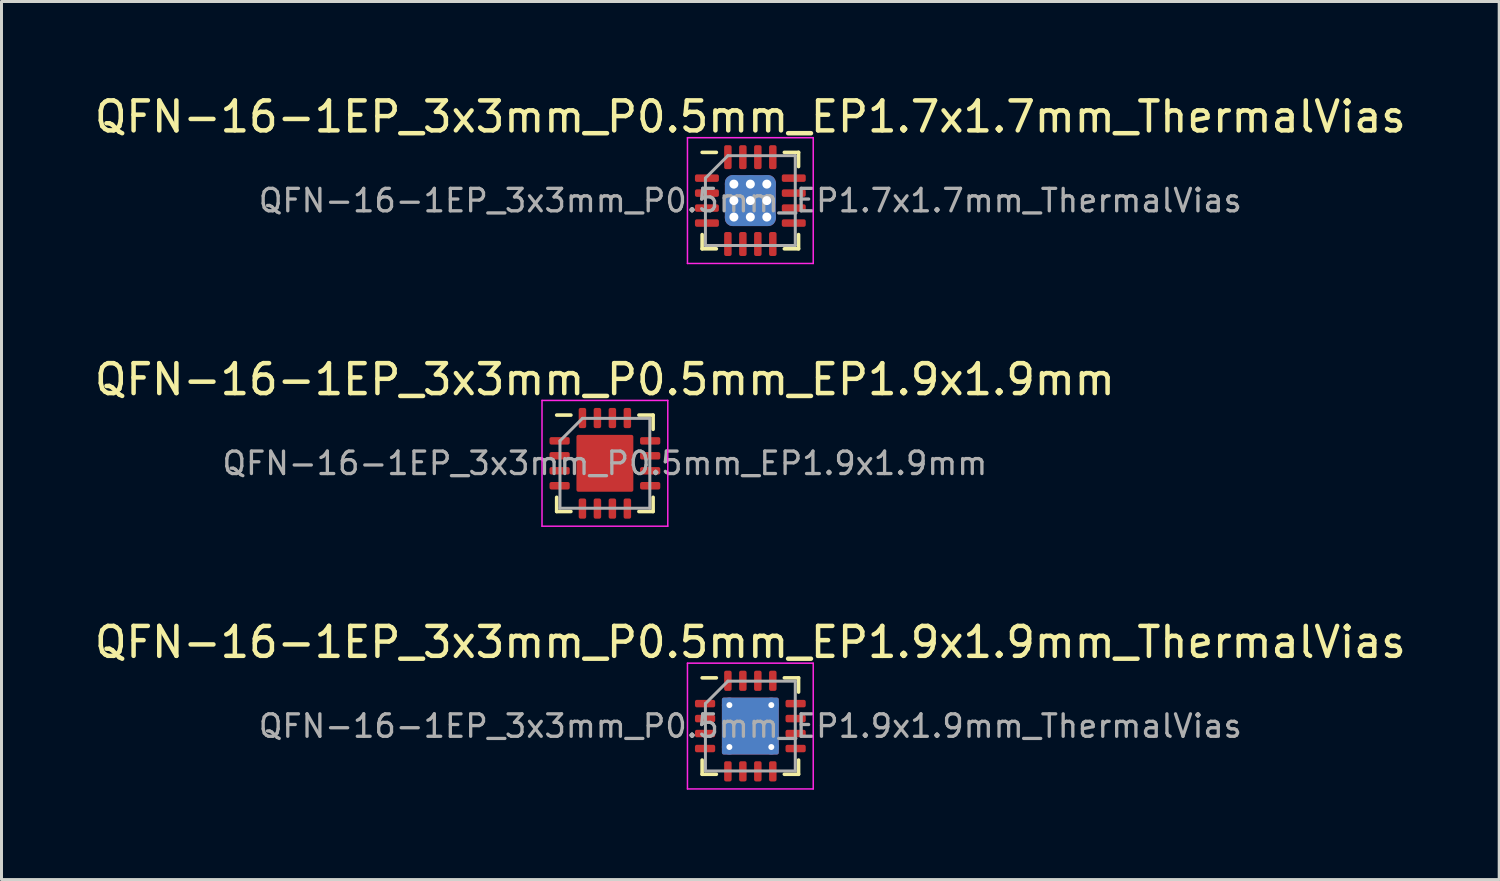
<source format=kicad_pcb>
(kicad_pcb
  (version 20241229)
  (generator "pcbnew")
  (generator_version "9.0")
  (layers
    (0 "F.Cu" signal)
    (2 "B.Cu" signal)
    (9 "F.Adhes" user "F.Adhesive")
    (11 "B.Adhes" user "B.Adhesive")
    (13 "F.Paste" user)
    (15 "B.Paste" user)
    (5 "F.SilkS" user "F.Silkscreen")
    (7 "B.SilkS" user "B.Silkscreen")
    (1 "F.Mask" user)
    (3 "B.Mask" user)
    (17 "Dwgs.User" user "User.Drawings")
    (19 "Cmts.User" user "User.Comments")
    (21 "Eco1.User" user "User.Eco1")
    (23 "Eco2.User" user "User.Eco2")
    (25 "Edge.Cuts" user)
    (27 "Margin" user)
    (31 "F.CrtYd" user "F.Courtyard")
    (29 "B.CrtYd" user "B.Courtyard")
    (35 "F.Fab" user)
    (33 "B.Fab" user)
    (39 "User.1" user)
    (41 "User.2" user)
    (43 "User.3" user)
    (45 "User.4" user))
  (footprint "QFN-16-1EP_3x3mm_P0.5mm_EP1.9x1.9mm"
    (layer "F.Cu")
    (at 17.149 12.421)
    (property "Reference" "QFN-16-1EP_3x3mm_P0.5mm_EP1.9x1.9mm" (at 0 -2.8 0) (layer "F.SilkS") (effects (font (size 1 1) (thickness 0.15))))
    (attr smd)
    (fp_line (start -1.61 1.61) (end -1.61 1.135) (stroke (width 0.12) (type solid)) (layer "F.SilkS"))
    (fp_line (start -1.135 -1.61) (end -1.61 -1.61) (stroke (width 0.12) (type solid)) (layer "F.SilkS"))
    (fp_line (start -1.135 1.61) (end -1.61 1.61) (stroke (width 0.12) (type solid)) (layer "F.SilkS"))
    (fp_line (start 1.135 -1.61) (end 1.61 -1.61) (stroke (width 0.12) (type solid)) (layer "F.SilkS"))
    (fp_line (start 1.135 1.61) (end 1.61 1.61) (stroke (width 0.12) (type solid)) (layer "F.SilkS"))
    (fp_line (start 1.61 -1.61) (end 1.61 -1.135) (stroke (width 0.12) (type solid)) (layer "F.SilkS"))
    (fp_line (start 1.61 1.61) (end 1.61 1.135) (stroke (width 0.12) (type solid)) (layer "F.SilkS"))
    (fp_line (start -2.1 -2.1) (end -2.1 2.1) (stroke (width 0.05) (type solid)) (layer "F.CrtYd"))
    (fp_line (start -2.1 2.1) (end 2.1 2.1) (stroke (width 0.05) (type solid)) (layer "F.CrtYd"))
    (fp_line (start 2.1 -2.1) (end -2.1 -2.1) (stroke (width 0.05) (type solid)) (layer "F.CrtYd"))
    (fp_line (start 2.1 2.1) (end 2.1 -2.1) (stroke (width 0.05) (type solid)) (layer "F.CrtYd"))
    (fp_line (start -1.5 -0.75) (end -0.75 -1.5) (stroke (width 0.1) (type solid)) (layer "F.Fab"))
    (fp_line (start -1.5 1.5) (end -1.5 -0.75) (stroke (width 0.1) (type solid)) (layer "F.Fab"))
    (fp_line (start -0.75 -1.5) (end 1.5 -1.5) (stroke (width 0.1) (type solid)) (layer "F.Fab"))
    (fp_line (start 1.5 -1.5) (end 1.5 1.5) (stroke (width 0.1) (type solid)) (layer "F.Fab"))
    (fp_line (start 1.5 1.5) (end -1.5 1.5) (stroke (width 0.1) (type solid)) (layer "F.Fab"))
    (fp_text user "${REFERENCE}" (at 0 0 0) (layer "F.Fab") (effects (font (size 0.75 0.75) (thickness 0.11))))
    (pad "" smd roundrect (at -0.475 -0.475) (size 0.77 0.77) (layers "F.Paste") (roundrect_rratio 0.25))
    (pad "" smd roundrect (at -0.475 0.475) (size 0.77 0.77) (layers "F.Paste") (roundrect_rratio 0.25))
    (pad "" smd roundrect (at 0.475 -0.475) (size 0.77 0.77) (layers "F.Paste") (roundrect_rratio 0.25))
    (pad "" smd roundrect (at 0.475 0.475) (size 0.77 0.77) (layers "F.Paste") (roundrect_rratio 0.25))
    (pad "1" smd roundrect (at -1.512 -0.75) (size 0.675 0.25) (layers "F.Cu" "F.Mask" "F.Paste") (roundrect_rratio 0.25))
    (pad "2" smd roundrect (at -1.512 -0.25) (size 0.675 0.25) (layers "F.Cu" "F.Mask" "F.Paste") (roundrect_rratio 0.25))
    (pad "3" smd roundrect (at -1.512 0.25) (size 0.675 0.25) (layers "F.Cu" "F.Mask" "F.Paste") (roundrect_rratio 0.25))
    (pad "4" smd roundrect (at -1.512 0.75) (size 0.675 0.25) (layers "F.Cu" "F.Mask" "F.Paste") (roundrect_rratio 0.25))
    (pad "5" smd roundrect (at -0.75 1.512) (size 0.25 0.675) (layers "F.Cu" "F.Mask" "F.Paste") (roundrect_rratio 0.25))
    (pad "6" smd roundrect (at -0.25 1.512) (size 0.25 0.675) (layers "F.Cu" "F.Mask" "F.Paste") (roundrect_rratio 0.25))
    (pad "7" smd roundrect (at 0.25 1.512) (size 0.25 0.675) (layers "F.Cu" "F.Mask" "F.Paste") (roundrect_rratio 0.25))
    (pad "8" smd roundrect (at 0.75 1.512) (size 0.25 0.675) (layers "F.Cu" "F.Mask" "F.Paste") (roundrect_rratio 0.25))
    (pad "9" smd roundrect (at 1.512 0.75) (size 0.675 0.25) (layers "F.Cu" "F.Mask" "F.Paste") (roundrect_rratio 0.25))
    (pad "10" smd roundrect (at 1.512 0.25) (size 0.675 0.25) (layers "F.Cu" "F.Mask" "F.Paste") (roundrect_rratio 0.25))
    (pad "11" smd roundrect (at 1.512 -0.25) (size 0.675 0.25) (layers "F.Cu" "F.Mask" "F.Paste") (roundrect_rratio 0.25))
    (pad "12" smd roundrect (at 1.512 -0.75) (size 0.675 0.25) (layers "F.Cu" "F.Mask" "F.Paste") (roundrect_rratio 0.25))
    (pad "13" smd roundrect (at 0.75 -1.512) (size 0.25 0.675) (layers "F.Cu" "F.Mask" "F.Paste") (roundrect_rratio 0.25))
    (pad "14" smd roundrect (at 0.25 -1.512) (size 0.25 0.675) (layers "F.Cu" "F.Mask" "F.Paste") (roundrect_rratio 0.25))
    (pad "15" smd roundrect (at -0.25 -1.512) (size 0.25 0.675) (layers "F.Cu" "F.Mask" "F.Paste") (roundrect_rratio 0.25))
    (pad "16" smd roundrect (at -0.75 -1.512) (size 0.25 0.675) (layers "F.Cu" "F.Mask" "F.Paste") (roundrect_rratio 0.25))
    (pad "17" smd roundrect (at 0 0) (size 1.9 1.9) (layers "F.Cu" "F.Mask") (roundrect_rratio 0.033)))
  (footprint "QFN-16-1EP_3x3mm_P0.5mm_EP1.9x1.9mm_ThermalVias"
    (layer "F.Cu")
    (at 22.006 21.195)
    (property "Reference" "QFN-16-1EP_3x3mm_P0.5mm_EP1.9x1.9mm_ThermalVias" (at 0 -2.8 0) (layer "F.SilkS") (effects (font (size 1 1) (thickness 0.15))))
    (attr smd)
    (fp_line (start -1.61 1.61) (end -1.61 1.135) (stroke (width 0.12) (type solid)) (layer "F.SilkS"))
    (fp_line (start -1.135 -1.61) (end -1.61 -1.61) (stroke (width 0.12) (type solid)) (layer "F.SilkS"))
    (fp_line (start -1.135 1.61) (end -1.61 1.61) (stroke (width 0.12) (type solid)) (layer "F.SilkS"))
    (fp_line (start 1.135 -1.61) (end 1.61 -1.61) (stroke (width 0.12) (type solid)) (layer "F.SilkS"))
    (fp_line (start 1.135 1.61) (end 1.61 1.61) (stroke (width 0.12) (type solid)) (layer "F.SilkS"))
    (fp_line (start 1.61 -1.61) (end 1.61 -1.135) (stroke (width 0.12) (type solid)) (layer "F.SilkS"))
    (fp_line (start 1.61 1.61) (end 1.61 1.135) (stroke (width 0.12) (type solid)) (layer "F.SilkS"))
    (fp_line (start -2.1 -2.1) (end -2.1 2.1) (stroke (width 0.05) (type solid)) (layer "F.CrtYd"))
    (fp_line (start -2.1 2.1) (end 2.1 2.1) (stroke (width 0.05) (type solid)) (layer "F.CrtYd"))
    (fp_line (start 2.1 -2.1) (end -2.1 -2.1) (stroke (width 0.05) (type solid)) (layer "F.CrtYd"))
    (fp_line (start 2.1 2.1) (end 2.1 -2.1) (stroke (width 0.05) (type solid)) (layer "F.CrtYd"))
    (fp_line (start -1.5 -0.75) (end -0.75 -1.5) (stroke (width 0.1) (type solid)) (layer "F.Fab"))
    (fp_line (start -1.5 1.5) (end -1.5 -0.75) (stroke (width 0.1) (type solid)) (layer "F.Fab"))
    (fp_line (start -0.75 -1.5) (end 1.5 -1.5) (stroke (width 0.1) (type solid)) (layer "F.Fab"))
    (fp_line (start 1.5 -1.5) (end 1.5 1.5) (stroke (width 0.1) (type solid)) (layer "F.Fab"))
    (fp_line (start 1.5 1.5) (end -1.5 1.5) (stroke (width 0.1) (type solid)) (layer "F.Fab"))
    (fp_text user "${REFERENCE}" (at 0 0 0) (layer "F.Fab") (effects (font (size 0.75 0.75) (thickness 0.11))))
    (pad "" smd roundrect (at -0.475 -0.475) (size 0.82 0.82) (layers "F.Paste") (roundrect_rratio 0.25))
    (pad "" smd roundrect (at -0.475 0.475) (size 0.82 0.82) (layers "F.Paste") (roundrect_rratio 0.25))
    (pad "" smd roundrect (at 0.475 -0.475) (size 0.82 0.82) (layers "F.Paste") (roundrect_rratio 0.25))
    (pad "" smd roundrect (at 0.475 0.475) (size 0.82 0.82) (layers "F.Paste") (roundrect_rratio 0.25))
    (pad "1" smd roundrect (at -1.512 -0.75) (size 0.675 0.25) (layers "F.Cu" "F.Mask" "F.Paste") (roundrect_rratio 0.25))
    (pad "2" smd roundrect (at -1.512 -0.25) (size 0.675 0.25) (layers "F.Cu" "F.Mask" "F.Paste") (roundrect_rratio 0.25))
    (pad "3" smd roundrect (at -1.512 0.25) (size 0.675 0.25) (layers "F.Cu" "F.Mask" "F.Paste") (roundrect_rratio 0.25))
    (pad "4" smd roundrect (at -1.512 0.75) (size 0.675 0.25) (layers "F.Cu" "F.Mask" "F.Paste") (roundrect_rratio 0.25))
    (pad "5" smd roundrect (at -0.75 1.512) (size 0.25 0.675) (layers "F.Cu" "F.Mask" "F.Paste") (roundrect_rratio 0.25))
    (pad "6" smd roundrect (at -0.25 1.512) (size 0.25 0.675) (layers "F.Cu" "F.Mask" "F.Paste") (roundrect_rratio 0.25))
    (pad "7" smd roundrect (at 0.25 1.512) (size 0.25 0.675) (layers "F.Cu" "F.Mask" "F.Paste") (roundrect_rratio 0.25))
    (pad "8" smd roundrect (at 0.75 1.512) (size 0.25 0.675) (layers "F.Cu" "F.Mask" "F.Paste") (roundrect_rratio 0.25))
    (pad "9" smd roundrect (at 1.512 0.75) (size 0.675 0.25) (layers "F.Cu" "F.Mask" "F.Paste") (roundrect_rratio 0.25))
    (pad "10" smd roundrect (at 1.512 0.25) (size 0.675 0.25) (layers "F.Cu" "F.Mask" "F.Paste") (roundrect_rratio 0.25))
    (pad "11" smd roundrect (at 1.512 -0.25) (size 0.675 0.25) (layers "F.Cu" "F.Mask" "F.Paste") (roundrect_rratio 0.25))
    (pad "12" smd roundrect (at 1.512 -0.75) (size 0.675 0.25) (layers "F.Cu" "F.Mask" "F.Paste") (roundrect_rratio 0.25))
    (pad "13" smd roundrect (at 0.75 -1.512) (size 0.25 0.675) (layers "F.Cu" "F.Mask" "F.Paste") (roundrect_rratio 0.25))
    (pad "14" smd roundrect (at 0.25 -1.512) (size 0.25 0.675) (layers "F.Cu" "F.Mask" "F.Paste") (roundrect_rratio 0.25))
    (pad "15" smd roundrect (at -0.25 -1.512) (size 0.25 0.675) (layers "F.Cu" "F.Mask" "F.Paste") (roundrect_rratio 0.25))
    (pad "16" smd roundrect (at -0.75 -1.512) (size 0.25 0.675) (layers "F.Cu" "F.Mask" "F.Paste") (roundrect_rratio 0.25))
    (pad "17" thru_hole circle (at -0.7 -0.7) (size 0.5 0.5) (drill 0.2) (layers "*.Cu"))
    (pad "17" thru_hole circle (at -0.7 0.7) (size 0.5 0.5) (drill 0.2) (layers "*.Cu"))
    (pad "17" smd roundrect (at 0 0) (size 1.9 1.9) (layers "F.Cu" "F.Mask") (roundrect_rratio 0.033))
    (pad "17" smd roundrect (at 0 0) (size 1.9 1.9) (layers "B.Cu") (roundrect_rratio 0.033))
    (pad "17" thru_hole circle (at 0.7 -0.7) (size 0.5 0.5) (drill 0.2) (layers "*.Cu"))
    (pad "17" thru_hole circle (at 0.7 0.7) (size 0.5 0.5) (drill 0.2) (layers "*.Cu")))
  (footprint "QFN-16-1EP_3x3mm_P0.5mm_EP1.7x1.7mm_ThermalVias"
    (layer "F.Cu")
    (at 22.006 3.648)
    (property "Reference" "QFN-16-1EP_3x3mm_P0.5mm_EP1.7x1.7mm_ThermalVias" (at 0 -2.8 0) (layer "F.SilkS") (effects (font (size 1 1) (thickness 0.15))))
    (attr smd)
    (fp_line (start -1.61 1.61) (end -1.61 1.135) (stroke (width 0.12) (type solid)) (layer "F.SilkS"))
    (fp_line (start -1.135 -1.61) (end -1.61 -1.61) (stroke (width 0.12) (type solid)) (layer "F.SilkS"))
    (fp_line (start -1.135 1.61) (end -1.61 1.61) (stroke (width 0.12) (type solid)) (layer "F.SilkS"))
    (fp_line (start 1.135 -1.61) (end 1.61 -1.61) (stroke (width 0.12) (type solid)) (layer "F.SilkS"))
    (fp_line (start 1.135 1.61) (end 1.61 1.61) (stroke (width 0.12) (type solid)) (layer "F.SilkS"))
    (fp_line (start 1.61 -1.61) (end 1.61 -1.135) (stroke (width 0.12) (type solid)) (layer "F.SilkS"))
    (fp_line (start 1.61 1.61) (end 1.61 1.135) (stroke (width 0.12) (type solid)) (layer "F.SilkS"))
    (fp_line (start -2.1 -2.1) (end -2.1 2.1) (stroke (width 0.05) (type solid)) (layer "F.CrtYd"))
    (fp_line (start -2.1 2.1) (end 2.1 2.1) (stroke (width 0.05) (type solid)) (layer "F.CrtYd"))
    (fp_line (start 2.1 -2.1) (end -2.1 -2.1) (stroke (width 0.05) (type solid)) (layer "F.CrtYd"))
    (fp_line (start 2.1 2.1) (end 2.1 -2.1) (stroke (width 0.05) (type solid)) (layer "F.CrtYd"))
    (fp_line (start -1.5 -0.75) (end -0.75 -1.5) (stroke (width 0.1) (type solid)) (layer "F.Fab"))
    (fp_line (start -1.5 1.5) (end -1.5 -0.75) (stroke (width 0.1) (type solid)) (layer "F.Fab"))
    (fp_line (start -0.75 -1.5) (end 1.5 -1.5) (stroke (width 0.1) (type solid)) (layer "F.Fab"))
    (fp_line (start 1.5 -1.5) (end 1.5 1.5) (stroke (width 0.1) (type solid)) (layer "F.Fab"))
    (fp_line (start 1.5 1.5) (end -1.5 1.5) (stroke (width 0.1) (type solid)) (layer "F.Fab"))
    (fp_text user "${REFERENCE}" (at 0 0 0) (layer "F.Fab") (effects (font (size 0.75 0.75) (thickness 0.11))))
    (pad "" smd roundrect (at -0.425 -0.425) (size 0.74 0.74) (layers "F.Paste") (roundrect_rratio 0.25))
    (pad "" smd roundrect (at -0.425 0.425) (size 0.74 0.74) (layers "F.Paste") (roundrect_rratio 0.25))
    (pad "" smd roundrect (at 0.425 -0.425) (size 0.74 0.74) (layers "F.Paste") (roundrect_rratio 0.25))
    (pad "" smd roundrect (at 0.425 0.425) (size 0.74 0.74) (layers "F.Paste") (roundrect_rratio 0.25))
    (pad "1" smd roundrect (at -1.45 -0.75) (size 0.8 0.25) (layers "F.Cu" "F.Mask" "F.Paste") (roundrect_rratio 0.25))
    (pad "2" smd roundrect (at -1.45 -0.25) (size 0.8 0.25) (layers "F.Cu" "F.Mask" "F.Paste") (roundrect_rratio 0.25))
    (pad "3" smd roundrect (at -1.45 0.25) (size 0.8 0.25) (layers "F.Cu" "F.Mask" "F.Paste") (roundrect_rratio 0.25))
    (pad "4" smd roundrect (at -1.45 0.75) (size 0.8 0.25) (layers "F.Cu" "F.Mask" "F.Paste") (roundrect_rratio 0.25))
    (pad "5" smd roundrect (at -0.75 1.45) (size 0.25 0.8) (layers "F.Cu" "F.Mask" "F.Paste") (roundrect_rratio 0.25))
    (pad "6" smd roundrect (at -0.25 1.45) (size 0.25 0.8) (layers "F.Cu" "F.Mask" "F.Paste") (roundrect_rratio 0.25))
    (pad "7" smd roundrect (at 0.25 1.45) (size 0.25 0.8) (layers "F.Cu" "F.Mask" "F.Paste") (roundrect_rratio 0.25))
    (pad "8" smd roundrect (at 0.75 1.45) (size 0.25 0.8) (layers "F.Cu" "F.Mask" "F.Paste") (roundrect_rratio 0.25))
    (pad "9" smd roundrect (at 1.45 0.75) (size 0.8 0.25) (layers "F.Cu" "F.Mask" "F.Paste") (roundrect_rratio 0.25))
    (pad "10" smd roundrect (at 1.45 0.25) (size 0.8 0.25) (layers "F.Cu" "F.Mask" "F.Paste") (roundrect_rratio 0.25))
    (pad "11" smd roundrect (at 1.45 -0.25) (size 0.8 0.25) (layers "F.Cu" "F.Mask" "F.Paste") (roundrect_rratio 0.25))
    (pad "12" smd roundrect (at 1.45 -0.75) (size 0.8 0.25) (layers "F.Cu" "F.Mask" "F.Paste") (roundrect_rratio 0.25))
    (pad "13" smd roundrect (at 0.75 -1.45) (size 0.25 0.8) (layers "F.Cu" "F.Mask" "F.Paste") (roundrect_rratio 0.25))
    (pad "14" smd roundrect (at 0.25 -1.45) (size 0.25 0.8) (layers "F.Cu" "F.Mask" "F.Paste") (roundrect_rratio 0.25))
    (pad "15" smd roundrect (at -0.25 -1.45) (size 0.25 0.8) (layers "F.Cu" "F.Mask" "F.Paste") (roundrect_rratio 0.25))
    (pad "16" smd roundrect (at -0.75 -1.45) (size 0.25 0.8) (layers "F.Cu" "F.Mask" "F.Paste") (roundrect_rratio 0.25))
    (pad "17" thru_hole circle (at -0.55 -0.55) (size 0.6 0.6) (drill 0.3) (layers "*.Cu"))
    (pad "17" thru_hole circle (at -0.55 0) (size 0.6 0.6) (drill 0.3) (layers "*.Cu"))
    (pad "17" thru_hole circle (at -0.55 0.55) (size 0.6 0.6) (drill 0.3) (layers "*.Cu"))
    (pad "17" thru_hole circle (at 0 -0.55) (size 0.6 0.6) (drill 0.3) (layers "*.Cu"))
    (pad "17" thru_hole circle (at 0 0) (size 0.6 0.6) (drill 0.3) (layers "*.Cu"))
    (pad "17" smd roundrect (at 0 0) (size 1.7 1.7) (layers "F.Cu" "F.Mask") (roundrect_rratio 0.147))
    (pad "17" smd roundrect (at 0 0) (size 1.7 1.7) (layers "B.Cu") (roundrect_rratio 0.147))
    (pad "17" thru_hole circle (at 0 0.55) (size 0.6 0.6) (drill 0.3) (layers "*.Cu"))
    (pad "17" thru_hole circle (at 0.55 -0.55) (size 0.6 0.6) (drill 0.3) (layers "*.Cu"))
    (pad "17" thru_hole circle (at 0.55 0) (size 0.6 0.6) (drill 0.3) (layers "*.Cu"))
    (pad "17" thru_hole circle (at 0.55 0.55) (size 0.6 0.6) (drill 0.3) (layers "*.Cu")))
  (gr_rect
    (start -3 -3)
    (end 47.012 26.32)
    (stroke (width 0.1) (type default))
    (fill no)
    (layer "Edge.Cuts")))
</source>
